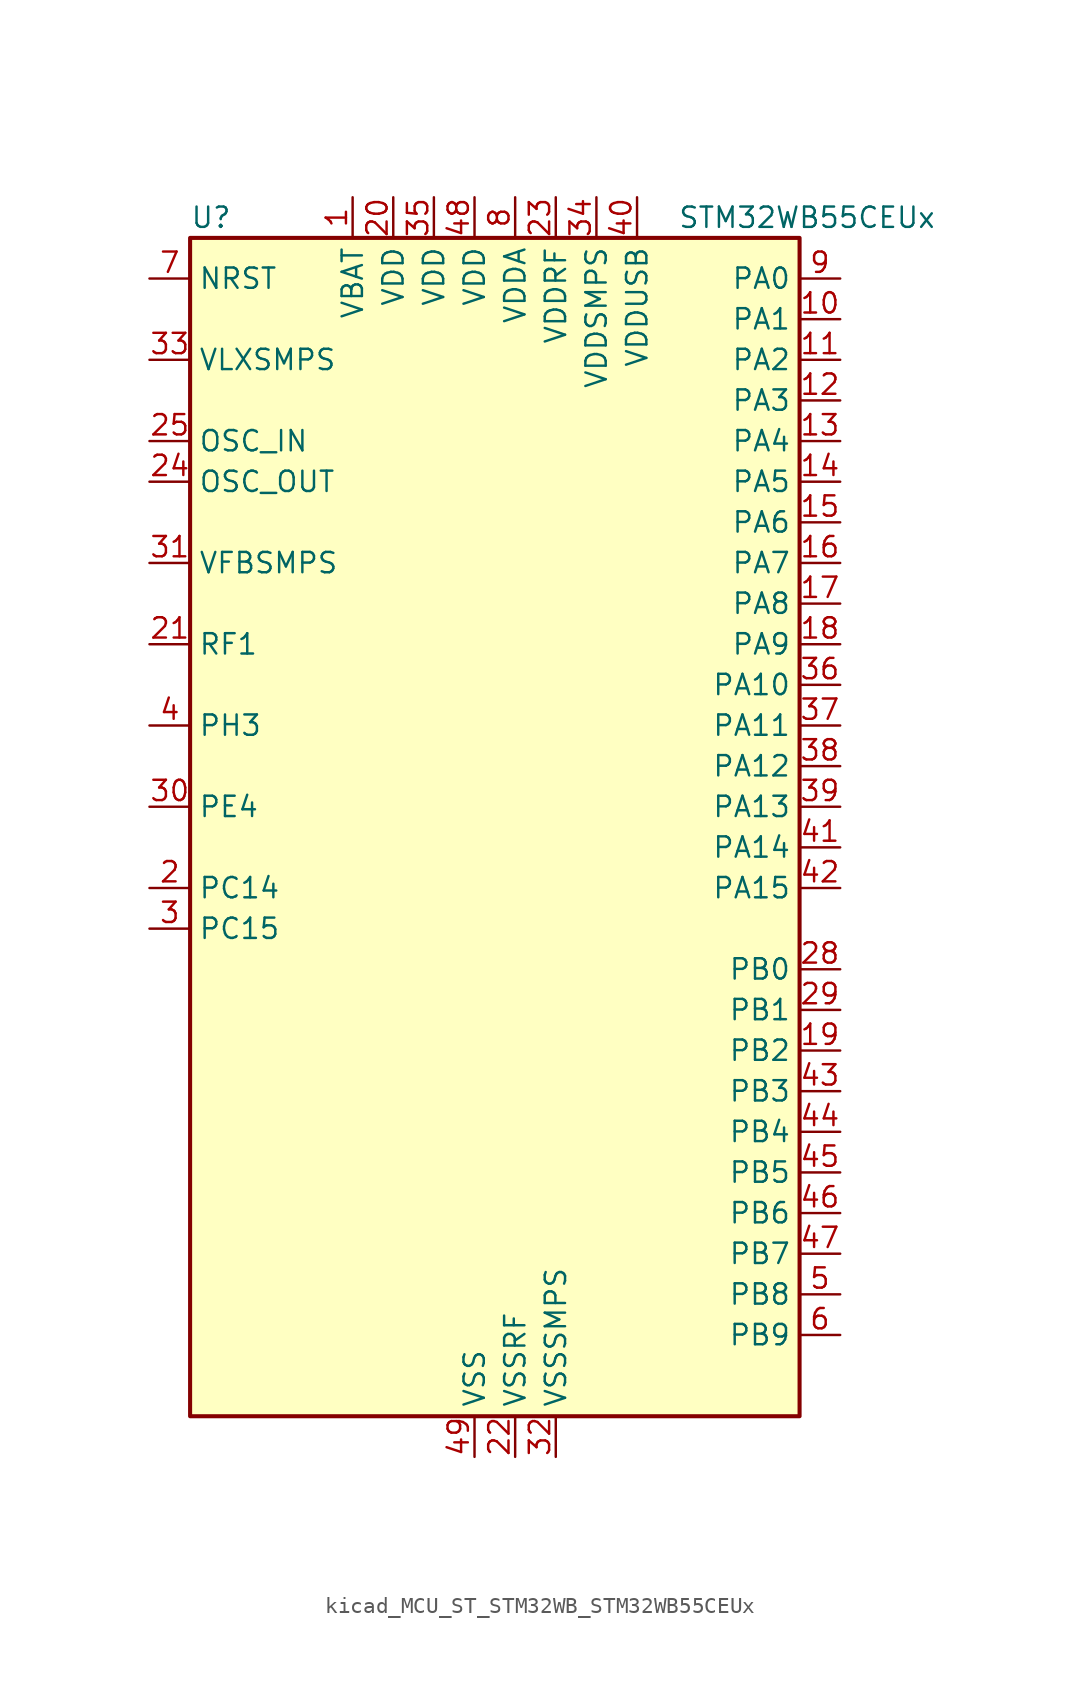
<source format=kicad_sym>
(kicad_symbol_lib
  (version 20220914)
  (generator kicad_symbol_editor)
  (symbol "kicad_MCU_ST_STM32WB_STM32WB55CEUx"
    (property "Reference" "U"
      (at -17.78 39.37 0)
      (effects (font (size 1.27 1.27)) (justify left)))
    (property "Value" "STM32WB55CEUx"
      (at 12.7 39.37 0)
      (effects (font (size 1.27 1.27)) (justify left)))
    (property "ki_locked" ""
      (at 0 0 0)
      (effects (font (size 1.27 1.27))))
    (symbol "kicad_MCU_ST_STM32WB_STM32WB55CEUx_0_1"
      (rectangle (start -17.78 -35.56) (end 20.32 38.1) (stroke (width 0.254) (type default)) (fill (type background))))
    (symbol "kicad_MCU_ST_STM32WB_STM32WB55CEUx_1_1"
      (pin power_in line (at -7.62 40.64 270) (length 2.54) (name "VBAT" (effects (font (size 1.27 1.27)))) (number "1" (effects (font (size 1.27 1.27)))))
      (pin bidirectional line (at 22.86 33.02 180) (length 2.54) (name "PA1" (effects (font (size 1.27 1.27)))) (number "10" (effects (font (size 1.27 1.27)))) (alternate "ADC1_IN6" bidirectional line) (alternate "COMP1_INP" bidirectional line) (alternate "I2C1_SMBA" bidirectional line) (alternate "LCD_SEG0" bidirectional line) (alternate "SPI1_SCK" bidirectional line) (alternate "TIM2_CH2" bidirectional line))
      (pin bidirectional line (at 22.86 30.48 180) (length 2.54) (name "PA2" (effects (font (size 1.27 1.27)))) (number "11" (effects (font (size 1.27 1.27)))) (alternate "ADC1_IN7" bidirectional line) (alternate "COMP2_INM" bidirectional line) (alternate "COMP2_OUT" bidirectional line) (alternate "LCD_SEG1" bidirectional line) (alternate "LPUART1_TX" bidirectional line) (alternate "QUADSPI_BK1_NCS" bidirectional line) (alternate "RCC_LSCO" bidirectional line) (alternate "SYS_WKUP4" bidirectional line) (alternate "TIM2_CH3" bidirectional line))
      (pin bidirectional line (at 22.86 27.94 180) (length 2.54) (name "PA3" (effects (font (size 1.27 1.27)))) (number "12" (effects (font (size 1.27 1.27)))) (alternate "ADC1_IN8" bidirectional line) (alternate "COMP2_INP" bidirectional line) (alternate "LCD_SEG2" bidirectional line) (alternate "LPUART1_RX" bidirectional line) (alternate "QUADSPI_CLK" bidirectional line) (alternate "SAI1_CK1" bidirectional line) (alternate "SAI1_MCLK_A" bidirectional line) (alternate "TIM2_CH4" bidirectional line))
      (pin bidirectional line (at 22.86 25.4 180) (length 2.54) (name "PA4" (effects (font (size 1.27 1.27)))) (number "13" (effects (font (size 1.27 1.27)))) (alternate "ADC1_IN9" bidirectional line) (alternate "COMP1_INM" bidirectional line) (alternate "COMP2_INM" bidirectional line) (alternate "LCD_SEG5" bidirectional line) (alternate "LPTIM2_OUT" bidirectional line) (alternate "SAI1_FS_B" bidirectional line) (alternate "SPI1_NSS" bidirectional line))
      (pin bidirectional line (at 22.86 22.86 180) (length 2.54) (name "PA5" (effects (font (size 1.27 1.27)))) (number "14" (effects (font (size 1.27 1.27)))) (alternate "ADC1_IN10" bidirectional line) (alternate "COMP1_INM" bidirectional line) (alternate "COMP2_INM" bidirectional line) (alternate "LPTIM2_ETR" bidirectional line) (alternate "SAI1_SD_B" bidirectional line) (alternate "SPI1_SCK" bidirectional line) (alternate "TIM2_CH1" bidirectional line) (alternate "TIM2_ETR" bidirectional line))
      (pin bidirectional line (at 22.86 20.32 180) (length 2.54) (name "PA6" (effects (font (size 1.27 1.27)))) (number "15" (effects (font (size 1.27 1.27)))) (alternate "ADC1_IN11" bidirectional line) (alternate "LCD_SEG3" bidirectional line) (alternate "LPUART1_CTS" bidirectional line) (alternate "QUADSPI_BK1_IO3" bidirectional line) (alternate "SPI1_MISO" bidirectional line) (alternate "TIM16_CH1" bidirectional line) (alternate "TIM1_BKIN" bidirectional line))
      (pin bidirectional line (at 22.86 17.78 180) (length 2.54) (name "PA7" (effects (font (size 1.27 1.27)))) (number "16" (effects (font (size 1.27 1.27)))) (alternate "ADC1_IN12" bidirectional line) (alternate "COMP2_OUT" bidirectional line) (alternate "I2C3_SCL" bidirectional line) (alternate "LCD_SEG4" bidirectional line) (alternate "QUADSPI_BK1_IO2" bidirectional line) (alternate "SPI1_MOSI" bidirectional line) (alternate "TIM17_CH1" bidirectional line) (alternate "TIM1_CH1N" bidirectional line))
      (pin bidirectional line (at 22.86 15.24 180) (length 2.54) (name "PA8" (effects (font (size 1.27 1.27)))) (number "17" (effects (font (size 1.27 1.27)))) (alternate "ADC1_IN15" bidirectional line) (alternate "LCD_COM0" bidirectional line) (alternate "LPTIM2_OUT" bidirectional line) (alternate "RCC_MCO" bidirectional line) (alternate "SAI1_CK2" bidirectional line) (alternate "SAI1_SCK_A" bidirectional line) (alternate "TIM1_CH1" bidirectional line) (alternate "USART1_CK" bidirectional line))
      (pin bidirectional line (at 22.86 12.7 180) (length 2.54) (name "PA9" (effects (font (size 1.27 1.27)))) (number "18" (effects (font (size 1.27 1.27)))) (alternate "ADC1_IN16" bidirectional line) (alternate "COMP1_INM" bidirectional line) (alternate "I2C1_SCL" bidirectional line) (alternate "LCD_COM1" bidirectional line) (alternate "SAI1_D2" bidirectional line) (alternate "SAI1_FS_A" bidirectional line) (alternate "TIM1_CH2" bidirectional line) (alternate "USART1_TX" bidirectional line))
      (pin bidirectional line (at 22.86 -12.7 180) (length 2.54) (name "PB2" (effects (font (size 1.27 1.27)))) (number "19" (effects (font (size 1.27 1.27)))) (alternate "COMP1_INP" bidirectional line) (alternate "I2C3_SMBA" bidirectional line) (alternate "LCD_VLCD" bidirectional line) (alternate "LPTIM1_OUT" bidirectional line) (alternate "RTC_OUT2" bidirectional line) (alternate "SAI1_EXTCLK" bidirectional line) (alternate "SPI1_NSS" bidirectional line))
      (pin bidirectional line (at -20.32 -2.54 0) (length 2.54) (name "PC14" (effects (font (size 1.27 1.27)))) (number "2" (effects (font (size 1.27 1.27)))) (alternate "RCC_OSC32_IN" bidirectional line))
      (pin power_in line (at -5.08 40.64 270) (length 2.54) (name "VDD" (effects (font (size 1.27 1.27)))) (number "20" (effects (font (size 1.27 1.27)))))
      (pin bidirectional line (at -20.32 12.7 0) (length 2.54) (name "RF1" (effects (font (size 1.27 1.27)))) (number "21" (effects (font (size 1.27 1.27)))) (alternate "RF_RF1" bidirectional line))
      (pin power_in line (at 2.54 -38.1 90) (length 2.54) (name "VSSRF" (effects (font (size 1.27 1.27)))) (number "22" (effects (font (size 1.27 1.27)))))
      (pin power_in line (at 5.08 40.64 270) (length 2.54) (name "VDDRF" (effects (font (size 1.27 1.27)))) (number "23" (effects (font (size 1.27 1.27)))))
      (pin input line (at -20.32 22.86 0) (length 2.54) (name "OSC_OUT" (effects (font (size 1.27 1.27)))) (number "24" (effects (font (size 1.27 1.27)))) (alternate "RCC_OSC_OUT" bidirectional line))
      (pin input line (at -20.32 25.4 0) (length 2.54) (name "OSC_IN" (effects (font (size 1.27 1.27)))) (number "25" (effects (font (size 1.27 1.27)))) (alternate "RCC_OSC_IN" bidirectional line))
      (pin no_connect line (at -17.78 -35.56 0) (length 2.54) hide (name "AT0" (effects (font (size 1.27 1.27)))) (number "26" (effects (font (size 1.27 1.27)))))
      (pin no_connect line (at -17.78 -33.02 0) (length 2.54) hide (name "AT1" (effects (font (size 1.27 1.27)))) (number "27" (effects (font (size 1.27 1.27)))))
      (pin bidirectional line (at 22.86 -7.62 180) (length 2.54) (name "PB0" (effects (font (size 1.27 1.27)))) (number "28" (effects (font (size 1.27 1.27)))) (alternate "COMP1_OUT" bidirectional line) (alternate "RF_TX_MOD_EXT_PA" bidirectional line))
      (pin bidirectional line (at 22.86 -10.16 180) (length 2.54) (name "PB1" (effects (font (size 1.27 1.27)))) (number "29" (effects (font (size 1.27 1.27)))) (alternate "LPTIM2_IN1" bidirectional line) (alternate "LPUART1_DE" bidirectional line) (alternate "LPUART1_RTS" bidirectional line))
      (pin bidirectional line (at -20.32 -5.08 0) (length 2.54) (name "PC15" (effects (font (size 1.27 1.27)))) (number "3" (effects (font (size 1.27 1.27)))) (alternate "ADC1_EXTI15" bidirectional line) (alternate "RCC_OSC32_OUT" bidirectional line))
      (pin bidirectional line (at -20.32 2.54 0) (length 2.54) (name "PE4" (effects (font (size 1.27 1.27)))) (number "30" (effects (font (size 1.27 1.27)))))
      (pin input line (at -20.32 17.78 0) (length 2.54) (name "VFBSMPS" (effects (font (size 1.27 1.27)))) (number "31" (effects (font (size 1.27 1.27)))))
      (pin power_in line (at 5.08 -38.1 90) (length 2.54) (name "VSSSMPS" (effects (font (size 1.27 1.27)))) (number "32" (effects (font (size 1.27 1.27)))))
      (pin power_in line (at -20.32 30.48 0) (length 2.54) (name "VLXSMPS" (effects (font (size 1.27 1.27)))) (number "33" (effects (font (size 1.27 1.27)))))
      (pin power_in line (at 7.62 40.64 270) (length 2.54) (name "VDDSMPS" (effects (font (size 1.27 1.27)))) (number "34" (effects (font (size 1.27 1.27)))))
      (pin power_in line (at -2.54 40.64 270) (length 2.54) (name "VDD" (effects (font (size 1.27 1.27)))) (number "35" (effects (font (size 1.27 1.27)))))
      (pin bidirectional line (at 22.86 10.16 180) (length 2.54) (name "PA10" (effects (font (size 1.27 1.27)))) (number "36" (effects (font (size 1.27 1.27)))) (alternate "CRS_SYNC" bidirectional line) (alternate "I2C1_SDA" bidirectional line) (alternate "LCD_COM2" bidirectional line) (alternate "SAI1_D1" bidirectional line) (alternate "SAI1_SD_A" bidirectional line) (alternate "TIM17_BKIN" bidirectional line) (alternate "TIM1_CH3" bidirectional line) (alternate "USART1_RX" bidirectional line))
      (pin bidirectional line (at 22.86 7.62 180) (length 2.54) (name "PA11" (effects (font (size 1.27 1.27)))) (number "37" (effects (font (size 1.27 1.27)))) (alternate "ADC1_EXTI11" bidirectional line) (alternate "SPI1_MISO" bidirectional line) (alternate "TIM1_BKIN2" bidirectional line) (alternate "TIM1_CH4" bidirectional line) (alternate "USART1_CTS" bidirectional line) (alternate "USART1_NSS" bidirectional line) (alternate "USB_DM" bidirectional line))
      (pin bidirectional line (at 22.86 5.08 180) (length 2.54) (name "PA12" (effects (font (size 1.27 1.27)))) (number "38" (effects (font (size 1.27 1.27)))) (alternate "LPUART1_RX" bidirectional line) (alternate "SPI1_MOSI" bidirectional line) (alternate "TIM1_ETR" bidirectional line) (alternate "USART1_DE" bidirectional line) (alternate "USART1_RTS" bidirectional line) (alternate "USB_DP" bidirectional line))
      (pin bidirectional line (at 22.86 2.54 180) (length 2.54) (name "PA13" (effects (font (size 1.27 1.27)))) (number "39" (effects (font (size 1.27 1.27)))) (alternate "IR_OUT" bidirectional line) (alternate "SAI1_SD_B" bidirectional line) (alternate "SYS_JTMS-SWDIO" bidirectional line) (alternate "USB_NOE" bidirectional line))
      (pin bidirectional line (at -20.32 7.62 0) (length 2.54) (name "PH3" (effects (font (size 1.27 1.27)))) (number "4" (effects (font (size 1.27 1.27)))) (alternate "RCC_LSCO" bidirectional line))
      (pin power_in line (at 10.16 40.64 270) (length 2.54) (name "VDDUSB" (effects (font (size 1.27 1.27)))) (number "40" (effects (font (size 1.27 1.27)))))
      (pin bidirectional line (at 22.86 0 180) (length 2.54) (name "PA14" (effects (font (size 1.27 1.27)))) (number "41" (effects (font (size 1.27 1.27)))) (alternate "I2C1_SMBA" bidirectional line) (alternate "LCD_SEG5" bidirectional line) (alternate "LPTIM1_OUT" bidirectional line) (alternate "SAI1_FS_B" bidirectional line) (alternate "SYS_JTCK-SWCLK" bidirectional line))
      (pin bidirectional line (at 22.86 -2.54 180) (length 2.54) (name "PA15" (effects (font (size 1.27 1.27)))) (number "42" (effects (font (size 1.27 1.27)))) (alternate "ADC1_EXTI15" bidirectional line) (alternate "LCD_SEG17" bidirectional line) (alternate "RCC_MCO" bidirectional line) (alternate "SPI1_NSS" bidirectional line) (alternate "SYS_JTDI" bidirectional line) (alternate "TIM2_CH1" bidirectional line) (alternate "TIM2_ETR" bidirectional line))
      (pin bidirectional line (at 22.86 -15.24 180) (length 2.54) (name "PB3" (effects (font (size 1.27 1.27)))) (number "43" (effects (font (size 1.27 1.27)))) (alternate "COMP2_INM" bidirectional line) (alternate "LCD_SEG7" bidirectional line) (alternate "SAI1_SCK_B" bidirectional line) (alternate "SPI1_SCK" bidirectional line) (alternate "SYS_JTDO-SWO" bidirectional line) (alternate "TIM2_CH2" bidirectional line) (alternate "USART1_DE" bidirectional line) (alternate "USART1_RTS" bidirectional line))
      (pin bidirectional line (at 22.86 -17.78 180) (length 2.54) (name "PB4" (effects (font (size 1.27 1.27)))) (number "44" (effects (font (size 1.27 1.27)))) (alternate "COMP2_INP" bidirectional line) (alternate "I2C3_SDA" bidirectional line) (alternate "LCD_SEG8" bidirectional line) (alternate "SAI1_MCLK_B" bidirectional line) (alternate "SPI1_MISO" bidirectional line) (alternate "SYS_JTRST" bidirectional line) (alternate "TIM17_BKIN" bidirectional line) (alternate "USART1_CTS" bidirectional line) (alternate "USART1_NSS" bidirectional line))
      (pin bidirectional line (at 22.86 -20.32 180) (length 2.54) (name "PB5" (effects (font (size 1.27 1.27)))) (number "45" (effects (font (size 1.27 1.27)))) (alternate "COMP2_OUT" bidirectional line) (alternate "I2C1_SMBA" bidirectional line) (alternate "LCD_SEG9" bidirectional line) (alternate "LPTIM1_IN1" bidirectional line) (alternate "LPUART1_TX" bidirectional line) (alternate "SAI1_SD_B" bidirectional line) (alternate "SPI1_MOSI" bidirectional line) (alternate "TIM16_BKIN" bidirectional line) (alternate "USART1_CK" bidirectional line))
      (pin bidirectional line (at 22.86 -22.86 180) (length 2.54) (name "PB6" (effects (font (size 1.27 1.27)))) (number "46" (effects (font (size 1.27 1.27)))) (alternate "COMP2_INP" bidirectional line) (alternate "I2C1_SCL" bidirectional line) (alternate "LCD_SEG6" bidirectional line) (alternate "LPTIM1_ETR" bidirectional line) (alternate "RCC_MCO" bidirectional line) (alternate "SAI1_FS_B" bidirectional line) (alternate "TIM16_CH1N" bidirectional line) (alternate "USART1_TX" bidirectional line))
      (pin bidirectional line (at 22.86 -25.4 180) (length 2.54) (name "PB7" (effects (font (size 1.27 1.27)))) (number "47" (effects (font (size 1.27 1.27)))) (alternate "COMP2_INM" bidirectional line) (alternate "I2C1_SDA" bidirectional line) (alternate "LCD_SEG21" bidirectional line) (alternate "LPTIM1_IN2" bidirectional line) (alternate "SYS_PVD_IN" bidirectional line) (alternate "TIM17_CH1N" bidirectional line) (alternate "TIM1_BKIN" bidirectional line) (alternate "USART1_RX" bidirectional line))
      (pin power_in line (at 0 40.64 270) (length 2.54) (name "VDD" (effects (font (size 1.27 1.27)))) (number "48" (effects (font (size 1.27 1.27)))))
      (pin power_in line (at 0 -38.1 90) (length 2.54) (name "VSS" (effects (font (size 1.27 1.27)))) (number "49" (effects (font (size 1.27 1.27)))))
      (pin bidirectional line (at 22.86 -27.94 180) (length 2.54) (name "PB8" (effects (font (size 1.27 1.27)))) (number "5" (effects (font (size 1.27 1.27)))) (alternate "I2C1_SCL" bidirectional line) (alternate "LCD_SEG16" bidirectional line) (alternate "QUADSPI_BK1_IO1" bidirectional line) (alternate "SAI1_CK1" bidirectional line) (alternate "SAI1_MCLK_A" bidirectional line) (alternate "TIM16_CH1" bidirectional line) (alternate "TIM1_CH2N" bidirectional line))
      (pin bidirectional line (at 22.86 -30.48 180) (length 2.54) (name "PB9" (effects (font (size 1.27 1.27)))) (number "6" (effects (font (size 1.27 1.27)))) (alternate "I2C1_SDA" bidirectional line) (alternate "IR_OUT" bidirectional line) (alternate "LCD_COM3" bidirectional line) (alternate "QUADSPI_BK1_IO0" bidirectional line) (alternate "SAI1_D2" bidirectional line) (alternate "SAI1_FS_A" bidirectional line) (alternate "TIM17_CH1" bidirectional line) (alternate "TIM1_CH3N" bidirectional line))
      (pin input line (at -20.32 35.56 0) (length 2.54) (name "NRST" (effects (font (size 1.27 1.27)))) (number "7" (effects (font (size 1.27 1.27)))))
      (pin power_in line (at 2.54 40.64 270) (length 2.54) (name "VDDA" (effects (font (size 1.27 1.27)))) (number "8" (effects (font (size 1.27 1.27)))))
      (pin bidirectional line (at 22.86 35.56 180) (length 2.54) (name "PA0" (effects (font (size 1.27 1.27)))) (number "9" (effects (font (size 1.27 1.27)))) (alternate "ADC1_IN5" bidirectional line) (alternate "COMP1_INM" bidirectional line) (alternate "COMP1_OUT" bidirectional line) (alternate "RTC_TAMP2" bidirectional line) (alternate "SAI1_EXTCLK" bidirectional line) (alternate "SYS_WKUP1" bidirectional line) (alternate "TIM2_CH1" bidirectional line) (alternate "TIM2_ETR" bidirectional line)))))
</source>
